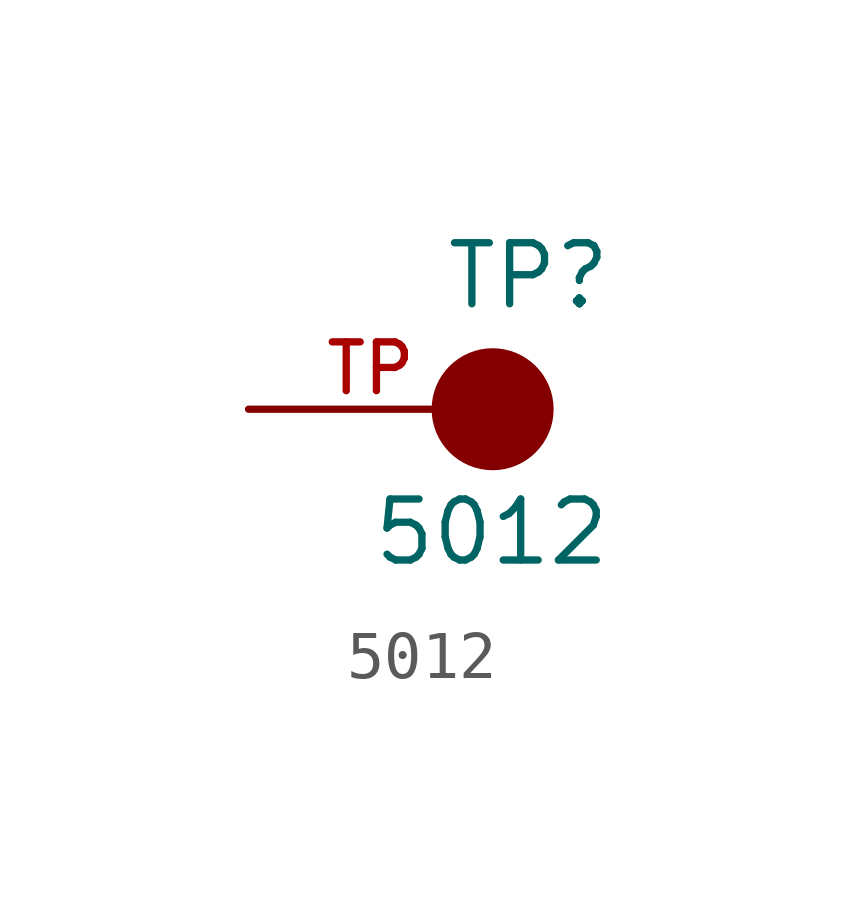
<source format=kicad_sym>
(kicad_symbol_lib
  (version 20241209)
  (generator "kicad_symbol_editor")
  (generator_version "9.0")
  (symbol "5012"
    (pin_names
      (offset 1.016))
    (property "Reference" "TP"
      (at -1.016 2.032 0)
      (effects (font (size 1.27 1.27)) (justify left bottom)))
    (property "Value" "5012"
      (at -2.54 -3.302 0)
      (effects (font (size 1.27 1.27)) (justify left bottom)))
    (symbol "5012_0_0"
      (circle (center 0 0) (radius 0.635) (stroke (width 1.27) (type default)) (fill (type none)))
      (pin passive line (at -5.08 0 0) (length 5.08) (name "~" (effects (font (size 1.016 1.016)))) (number "TP" (effects (font (size 1.016 1.016))))))))
</source>
